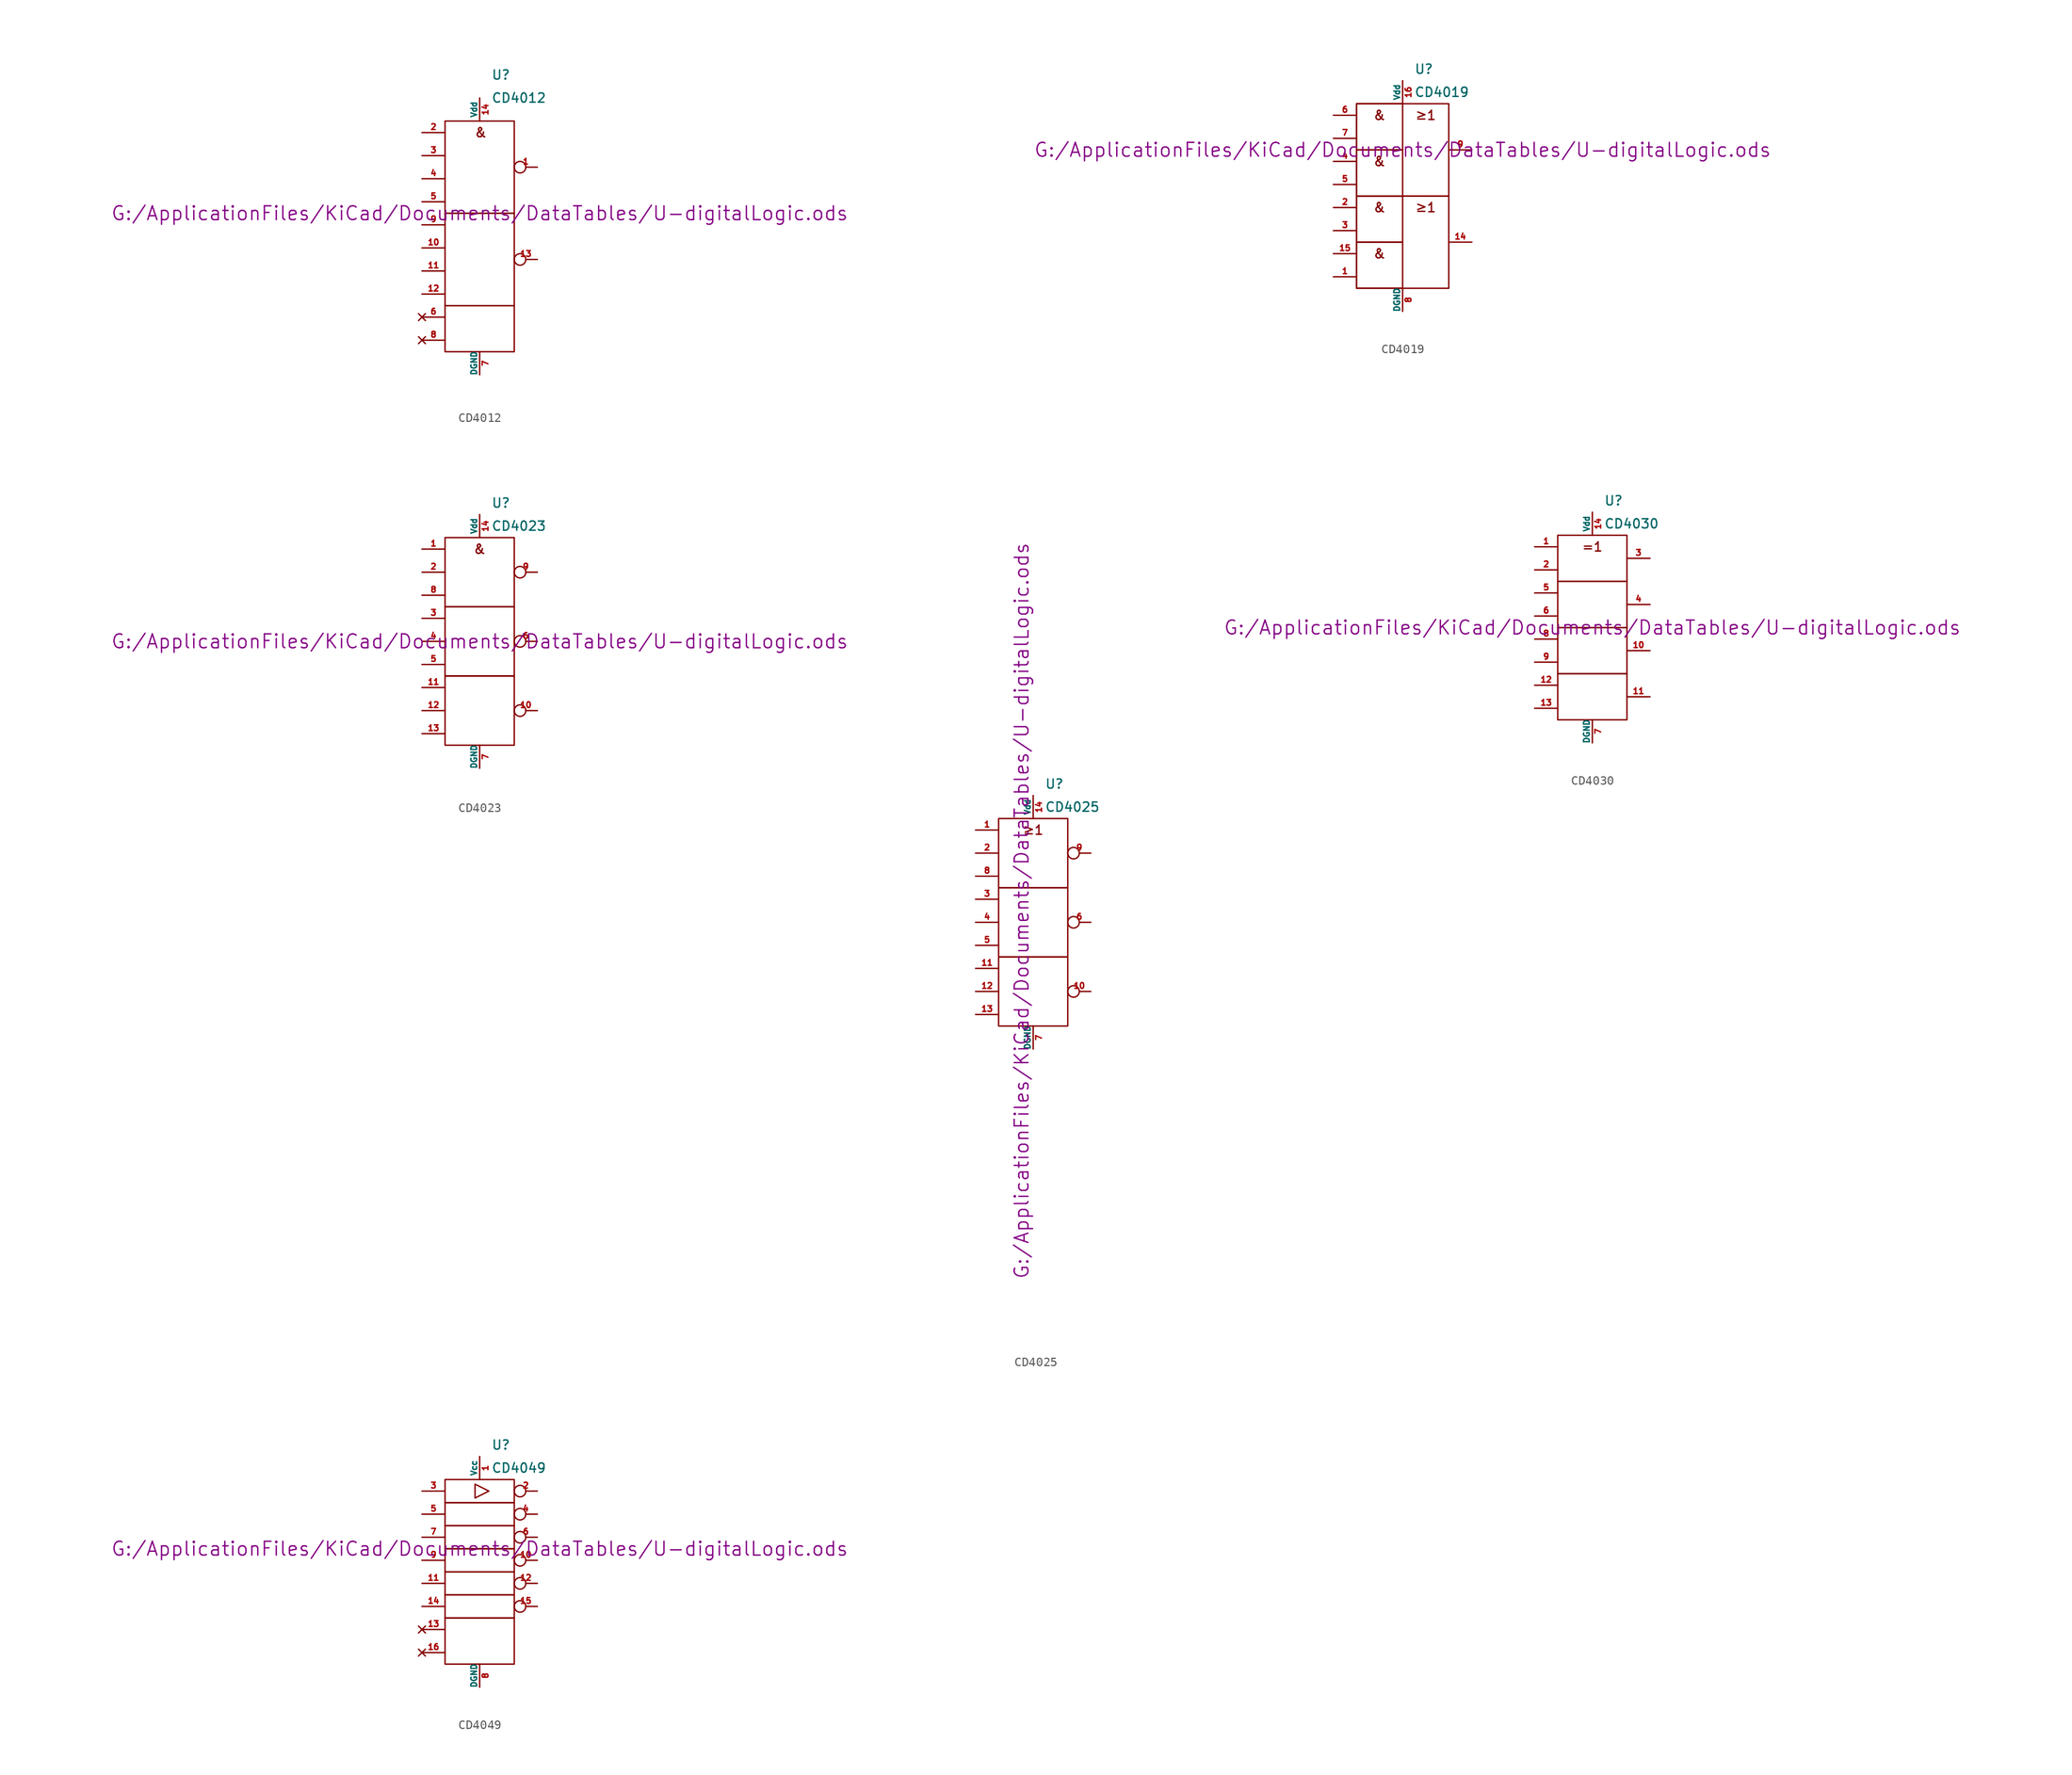
<source format=kicad_sym>
(kicad_symbol_lib
  (version 20211014)
  (generator kicad_symbol_editor)
  (symbol "CD4012"
    (pin_names
      (offset 0))
    (property "Reference" "U"
      (at 1.27 17.78 0)
      (effects (font (size 1.016 1.016)) (justify left)))
    (property "Value" "CD4012"
      (at 1.27 15.24 0)
      (effects (font (size 1.016 1.016)) (justify left)))
    (property "Footprint" ""
      (at 0 2.54 0)
      (effects (font (size 1.524 1.524))))
    (property "Datasheet" "G:/ApplicationFiles/KiCad/Documents/DataTables/U-digitalLogic.ods"
      (at 0 2.54 0)
      (effects (font (size 1.524 1.524))))
    (symbol "CD4012_0_0"
      (rectangle (start -3.81 2.54) (end 3.81 -7.62) (stroke (width 0) (type default) (color 0 0 0 0)) (fill (type none)))
      (rectangle (start -3.81 12.7) (end 3.81 2.54) (stroke (width 0) (type default) (color 0 0 0 0)) (fill (type none)))
      (rectangle (start 3.81 -7.62) (end -3.81 -12.7) (stroke (width 0) (type default) (color 0 0 0 0)) (fill (type none)))
      (text "&" (at 0.127 11.43 0) (effects (font (size 1.016 1.016)))))
    (symbol "CD4012_1_1"
      (pin output inverted (at 6.35 7.62 180) (length 2.54) (name "~" (effects (font (size 0.635 0.635)))) (number "1" (effects (font (size 0.635 0.635)))))
      (pin input line (at -6.35 -1.27 0) (length 2.54) (name "~" (effects (font (size 0.635 0.635)))) (number "10" (effects (font (size 0.635 0.635)))))
      (pin input line (at -6.35 -3.81 0) (length 2.54) (name "~" (effects (font (size 0.635 0.635)))) (number "11" (effects (font (size 0.635 0.635)))))
      (pin input line (at -6.35 -6.35 0) (length 2.54) (name "~" (effects (font (size 0.635 0.635)))) (number "12" (effects (font (size 0.635 0.635)))))
      (pin output inverted (at 6.35 -2.54 180) (length 2.54) (name "~" (effects (font (size 0.635 0.635)))) (number "13" (effects (font (size 0.635 0.635)))))
      (pin power_in line (at 0 15.24 270) (length 2.54) (name "Vdd" (effects (font (size 0.635 0.635)))) (number "14" (effects (font (size 0.635 0.635)))))
      (pin input line (at -6.35 11.43 0) (length 2.54) (name "~" (effects (font (size 0.635 0.635)))) (number "2" (effects (font (size 0.635 0.635)))))
      (pin input line (at -6.35 8.89 0) (length 2.54) (name "~" (effects (font (size 0.635 0.635)))) (number "3" (effects (font (size 0.635 0.635)))))
      (pin input line (at -6.35 6.35 0) (length 2.54) (name "~" (effects (font (size 0.635 0.635)))) (number "4" (effects (font (size 0.635 0.635)))))
      (pin input line (at -6.35 3.81 0) (length 2.54) (name "~" (effects (font (size 0.635 0.635)))) (number "5" (effects (font (size 0.635 0.635)))))
      (pin no_connect line (at -6.35 -8.89 0) (length 2.54) (name "~" (effects (font (size 0.635 0.635)))) (number "6" (effects (font (size 0.635 0.635)))))
      (pin power_in line (at 0 -15.24 90) (length 2.54) (name "DGND" (effects (font (size 0.635 0.635)))) (number "7" (effects (font (size 0.635 0.635)))))
      (pin no_connect line (at -6.35 -11.43 0) (length 2.54) (name "~" (effects (font (size 0.635 0.635)))) (number "8" (effects (font (size 0.635 0.635)))))
      (pin input line (at -6.35 1.27 0) (length 2.54) (name "~" (effects (font (size 0.635 0.635)))) (number "9" (effects (font (size 0.635 0.635)))))))
  (symbol "CD4019"
    (pin_names
      (offset 0))
    (property "Reference" "U"
      (at 1.27 13.97 0)
      (effects (font (size 1.016 1.016)) (justify left)))
    (property "Value" "CD4019"
      (at 1.27 11.43 0)
      (effects (font (size 1.016 1.016)) (justify left)))
    (property "Footprint" ""
      (at 0 5.08 0)
      (effects (font (size 1.524 1.524))))
    (property "Datasheet" "G:/ApplicationFiles/KiCad/Documents/DataTables/U-digitalLogic.ods"
      (at 0 5.08 0)
      (effects (font (size 1.524 1.524))))
    (symbol "CD4019_0_0"
      (text "&" (at -2.54 -6.35 0) (effects (font (size 1.016 1.016))))
      (text "&" (at -2.54 -1.27 0) (effects (font (size 1.016 1.016))))
      (text "&" (at -2.54 3.81 0) (effects (font (size 1.016 1.016))))
      (text "&" (at -2.54 8.89 0) (effects (font (size 1.016 1.016))))
      (text "≥1" (at 2.54 -1.27 0) (effects (font (size 1.016 1.016))))
      (text "≥1" (at 2.54 8.89 0) (effects (font (size 1.016 1.016)))))
    (symbol "CD4019_0_1"
      (rectangle (start -5.08 0) (end 5.08 -10.16) (stroke (width 0) (type default) (color 0 0 0 0)) (fill (type none)))
      (rectangle (start -5.08 10.16) (end 5.08 0) (stroke (width 0) (type default) (color 0 0 0 0)) (fill (type none)))
      (rectangle (start 0 -5.08) (end -5.08 -10.16) (stroke (width 0) (type default) (color 0 0 0 0)) (fill (type none)))
      (rectangle (start 0 0) (end -5.08 -5.08) (stroke (width 0) (type default) (color 0 0 0 0)) (fill (type none)))
      (rectangle (start 0 5.08) (end -5.08 0) (stroke (width 0) (type default) (color 0 0 0 0)) (fill (type none)))
      (rectangle (start 0 10.16) (end -5.08 5.08) (stroke (width 0) (type default) (color 0 0 0 0)) (fill (type none))))
    (symbol "CD4019_1_1"
      (pin input line (at -7.62 -8.89 0) (length 2.54) (name "~" (effects (font (size 0.635 0.635)))) (number "1" (effects (font (size 0.635 0.635)))))
      (pin output line (at 7.62 -5.08 180) (length 2.54) (name "~" (effects (font (size 0.635 0.635)))) (number "14" (effects (font (size 0.635 0.635)))))
      (pin input line (at -7.62 -6.35 0) (length 2.54) (name "~" (effects (font (size 0.635 0.635)))) (number "15" (effects (font (size 0.635 0.635)))))
      (pin power_in line (at 0 12.7 270) (length 2.54) (name "Vdd" (effects (font (size 0.635 0.635)))) (number "16" (effects (font (size 0.635 0.635)))))
      (pin input line (at -7.62 -1.27 0) (length 2.54) (name "~" (effects (font (size 0.635 0.635)))) (number "2" (effects (font (size 0.635 0.635)))))
      (pin input line (at -7.62 -3.81 0) (length 2.54) (name "~" (effects (font (size 0.635 0.635)))) (number "3" (effects (font (size 0.635 0.635)))))
      (pin input line (at -7.62 3.81 0) (length 2.54) (name "~" (effects (font (size 0.635 0.635)))) (number "4" (effects (font (size 0.635 0.635)))))
      (pin input line (at -7.62 1.27 0) (length 2.54) (name "~" (effects (font (size 0.635 0.635)))) (number "5" (effects (font (size 0.635 0.635)))))
      (pin input line (at -7.62 8.89 0) (length 2.54) (name "~" (effects (font (size 0.635 0.635)))) (number "6" (effects (font (size 0.635 0.635)))))
      (pin input line (at -7.62 6.35 0) (length 2.54) (name "~" (effects (font (size 0.635 0.635)))) (number "7" (effects (font (size 0.635 0.635)))))
      (pin power_in line (at 0 -12.7 90) (length 2.54) (name "DGND" (effects (font (size 0.635 0.635)))) (number "8" (effects (font (size 0.635 0.635)))))
      (pin output line (at 7.62 5.08 180) (length 2.54) (name "~" (effects (font (size 0.635 0.635)))) (number "9" (effects (font (size 0.635 0.635)))))))
  (symbol "CD4023"
    (pin_names
      (offset 0))
    (property "Reference" "U"
      (at 1.27 15.24 0)
      (effects (font (size 1.016 1.016)) (justify left)))
    (property "Value" "CD4023"
      (at 1.27 12.7 0)
      (effects (font (size 1.016 1.016)) (justify left)))
    (property "Footprint" ""
      (at 0 0 0)
      (effects (font (size 1.524 1.524))))
    (property "Datasheet" "G:/ApplicationFiles/KiCad/Documents/DataTables/U-digitalLogic.ods"
      (at 0 0 0)
      (effects (font (size 1.524 1.524))))
    (symbol "CD4023_0_0"
      (text "&" (at 0 10.16 0) (effects (font (size 1.016 1.016)))))
    (symbol "CD4023_0_1"
      (rectangle (start -3.81 -3.81) (end 3.81 -11.43) (stroke (width 0) (type default) (color 0 0 0 0)) (fill (type none)))
      (rectangle (start -3.81 3.81) (end 3.81 -3.81) (stroke (width 0) (type default) (color 0 0 0 0)) (fill (type none)))
      (rectangle (start -3.81 11.43) (end 3.81 3.81) (stroke (width 0) (type default) (color 0 0 0 0)) (fill (type none))))
    (symbol "CD4023_1_1"
      (pin input line (at -6.35 10.16 0) (length 2.54) (name "~" (effects (font (size 0.635 0.635)))) (number "1" (effects (font (size 0.635 0.635)))))
      (pin output inverted (at 6.35 -7.62 180) (length 2.54) (name "~" (effects (font (size 0.635 0.635)))) (number "10" (effects (font (size 0.635 0.635)))))
      (pin input line (at -6.35 -5.08 0) (length 2.54) (name "~" (effects (font (size 0.635 0.635)))) (number "11" (effects (font (size 0.635 0.635)))))
      (pin input line (at -6.35 -7.62 0) (length 2.54) (name "~" (effects (font (size 0.635 0.635)))) (number "12" (effects (font (size 0.635 0.635)))))
      (pin input line (at -6.35 -10.16 0) (length 2.54) (name "~" (effects (font (size 0.635 0.635)))) (number "13" (effects (font (size 0.635 0.635)))))
      (pin power_in line (at 0 13.97 270) (length 2.54) (name "Vdd" (effects (font (size 0.635 0.635)))) (number "14" (effects (font (size 0.635 0.635)))))
      (pin input line (at -6.35 7.62 0) (length 2.54) (name "~" (effects (font (size 0.635 0.635)))) (number "2" (effects (font (size 0.635 0.635)))))
      (pin input line (at -6.35 2.54 0) (length 2.54) (name "~" (effects (font (size 0.635 0.635)))) (number "3" (effects (font (size 0.635 0.635)))))
      (pin input line (at -6.35 0 0) (length 2.54) (name "~" (effects (font (size 0.635 0.635)))) (number "4" (effects (font (size 0.635 0.635)))))
      (pin input line (at -6.35 -2.54 0) (length 2.54) (name "~" (effects (font (size 0.635 0.635)))) (number "5" (effects (font (size 0.635 0.635)))))
      (pin output inverted (at 6.35 0 180) (length 2.54) (name "~" (effects (font (size 0.635 0.635)))) (number "6" (effects (font (size 0.635 0.635)))))
      (pin power_in line (at 0 -13.97 90) (length 2.54) (name "DGND" (effects (font (size 0.635 0.635)))) (number "7" (effects (font (size 0.635 0.635)))))
      (pin input line (at -6.35 5.08 0) (length 2.54) (name "~" (effects (font (size 0.635 0.635)))) (number "8" (effects (font (size 0.635 0.635)))))
      (pin output inverted (at 6.35 7.62 180) (length 2.54) (name "~" (effects (font (size 0.635 0.635)))) (number "9" (effects (font (size 0.635 0.635)))))))
  (symbol "CD4025"
    (pin_names
      (offset 0))
    (property "Reference" "U"
      (at 1.27 15.24 0)
      (effects (font (size 1.016 1.016)) (justify left)))
    (property "Value" "CD4025"
      (at 1.27 12.7 0)
      (effects (font (size 1.016 1.016)) (justify left)))
    (property "Footprint" ""
      (at -1.27 1.27 90)
      (effects (font (size 1.524 1.524))))
    (property "Datasheet" "G:/ApplicationFiles/KiCad/Documents/DataTables/U-digitalLogic.ods"
      (at -1.27 1.27 90)
      (effects (font (size 1.524 1.524))))
    (symbol "CD4025_0_0"
      (rectangle (start -3.81 -3.81) (end 3.81 -11.43) (stroke (width 0) (type default) (color 0 0 0 0)) (fill (type none)))
      (rectangle (start -3.81 3.81) (end 3.81 -3.81) (stroke (width 0) (type default) (color 0 0 0 0)) (fill (type none)))
      (rectangle (start -3.81 11.43) (end 3.81 3.81) (stroke (width 0) (type default) (color 0 0 0 0)) (fill (type none)))
      (text "≥1" (at 0 10.16 0) (effects (font (size 1.016 1.016)))))
    (symbol "CD4025_1_1"
      (pin input line (at -6.35 10.16 0) (length 2.54) (name "~" (effects (font (size 0.635 0.635)))) (number "1" (effects (font (size 0.635 0.635)))))
      (pin output inverted (at 6.35 -7.62 180) (length 2.54) (name "~" (effects (font (size 0.635 0.635)))) (number "10" (effects (font (size 0.635 0.635)))))
      (pin input line (at -6.35 -5.08 0) (length 2.54) (name "~" (effects (font (size 0.635 0.635)))) (number "11" (effects (font (size 0.635 0.635)))))
      (pin input line (at -6.35 -7.62 0) (length 2.54) (name "~" (effects (font (size 0.635 0.635)))) (number "12" (effects (font (size 0.635 0.635)))))
      (pin input line (at -6.35 -10.16 0) (length 2.54) (name "~" (effects (font (size 0.635 0.635)))) (number "13" (effects (font (size 0.635 0.635)))))
      (pin power_in line (at 0 13.97 270) (length 2.54) (name "Vdd" (effects (font (size 0.635 0.635)))) (number "14" (effects (font (size 0.635 0.635)))))
      (pin input line (at -6.35 7.62 0) (length 2.54) (name "~" (effects (font (size 0.635 0.635)))) (number "2" (effects (font (size 0.635 0.635)))))
      (pin input line (at -6.35 2.54 0) (length 2.54) (name "~" (effects (font (size 0.635 0.635)))) (number "3" (effects (font (size 0.635 0.635)))))
      (pin input line (at -6.35 0 0) (length 2.54) (name "~" (effects (font (size 0.635 0.635)))) (number "4" (effects (font (size 0.635 0.635)))))
      (pin input line (at -6.35 -2.54 0) (length 2.54) (name "~" (effects (font (size 0.635 0.635)))) (number "5" (effects (font (size 0.635 0.635)))))
      (pin output inverted (at 6.35 0 180) (length 2.54) (name "~" (effects (font (size 0.635 0.635)))) (number "6" (effects (font (size 0.635 0.635)))))
      (pin power_in line (at 0 -13.97 90) (length 2.54) (name "DGND" (effects (font (size 0.635 0.635)))) (number "7" (effects (font (size 0.635 0.635)))))
      (pin input line (at -6.35 5.08 0) (length 2.54) (name "~" (effects (font (size 0.635 0.635)))) (number "8" (effects (font (size 0.635 0.635)))))
      (pin output inverted (at 6.35 7.62 180) (length 2.54) (name "~" (effects (font (size 0.635 0.635)))) (number "9" (effects (font (size 0.635 0.635)))))))
  (symbol "CD4030"
    (pin_names
      (offset 0))
    (property "Reference" "U"
      (at 1.27 13.97 0)
      (effects (font (size 1.016 1.016)) (justify left)))
    (property "Value" "CD4030"
      (at 1.27 11.43 0)
      (effects (font (size 1.016 1.016)) (justify left)))
    (property "Footprint" ""
      (at 0 0 0)
      (effects (font (size 1.524 1.524))))
    (property "Datasheet" "G:/ApplicationFiles/KiCad/Documents/DataTables/U-digitalLogic.ods"
      (at 0 0 0)
      (effects (font (size 1.524 1.524))))
    (symbol "CD4030_0_0"
      (text "=1" (at 0 8.89 0) (effects (font (size 1.016 1.016)))))
    (symbol "CD4030_0_1"
      (rectangle (start -3.81 -5.08) (end 3.81 -10.16) (stroke (width 0) (type default) (color 0 0 0 0)) (fill (type none)))
      (rectangle (start -3.81 0) (end 3.81 -5.08) (stroke (width 0) (type default) (color 0 0 0 0)) (fill (type none)))
      (rectangle (start -3.81 5.08) (end 3.81 0) (stroke (width 0) (type default) (color 0 0 0 0)) (fill (type none)))
      (rectangle (start -3.81 10.16) (end 3.81 5.08) (stroke (width 0) (type default) (color 0 0 0 0)) (fill (type none))))
    (symbol "CD4030_1_1"
      (pin input line (at -6.35 8.89 0) (length 2.54) (name "~" (effects (font (size 0.635 0.635)))) (number "1" (effects (font (size 0.635 0.635)))))
      (pin output line (at 6.35 -2.54 180) (length 2.54) (name "~" (effects (font (size 0.635 0.635)))) (number "10" (effects (font (size 0.635 0.635)))))
      (pin output line (at 6.35 -7.62 180) (length 2.54) (name "~" (effects (font (size 0.635 0.635)))) (number "11" (effects (font (size 0.635 0.635)))))
      (pin input line (at -6.35 -6.35 0) (length 2.54) (name "~" (effects (font (size 0.635 0.635)))) (number "12" (effects (font (size 0.635 0.635)))))
      (pin input line (at -6.35 -8.89 0) (length 2.54) (name "~" (effects (font (size 0.635 0.635)))) (number "13" (effects (font (size 0.635 0.635)))))
      (pin power_in line (at 0 12.7 270) (length 2.54) (name "Vdd" (effects (font (size 0.635 0.635)))) (number "14" (effects (font (size 0.635 0.635)))))
      (pin input line (at -6.35 6.35 0) (length 2.54) (name "~" (effects (font (size 0.635 0.635)))) (number "2" (effects (font (size 0.635 0.635)))))
      (pin output line (at 6.35 7.62 180) (length 2.54) (name "~" (effects (font (size 0.635 0.635)))) (number "3" (effects (font (size 0.635 0.635)))))
      (pin output line (at 6.35 2.54 180) (length 2.54) (name "~" (effects (font (size 0.635 0.635)))) (number "4" (effects (font (size 0.635 0.635)))))
      (pin input line (at -6.35 3.81 0) (length 2.54) (name "~" (effects (font (size 0.635 0.635)))) (number "5" (effects (font (size 0.635 0.635)))))
      (pin input line (at -6.35 1.27 0) (length 2.54) (name "~" (effects (font (size 0.635 0.635)))) (number "6" (effects (font (size 0.635 0.635)))))
      (pin power_in line (at 0 -12.7 90) (length 2.54) (name "DGND" (effects (font (size 0.635 0.635)))) (number "7" (effects (font (size 0.635 0.635)))))
      (pin input line (at -6.35 -1.27 0) (length 2.54) (name "~" (effects (font (size 0.635 0.635)))) (number "8" (effects (font (size 0.635 0.635)))))
      (pin input line (at -6.35 -3.81 0) (length 2.54) (name "~" (effects (font (size 0.635 0.635)))) (number "9" (effects (font (size 0.635 0.635)))))))
  (symbol "CD4049"
    (pin_names
      (offset 0))
    (property "Reference" "U"
      (at 1.27 13.97 0)
      (effects (font (size 1.016 1.016)) (justify left)))
    (property "Value" "CD4049"
      (at 1.27 11.43 0)
      (effects (font (size 1.016 1.016)) (justify left)))
    (property "Footprint" ""
      (at 0 2.54 0)
      (effects (font (size 1.524 1.524))))
    (property "Datasheet" "G:/ApplicationFiles/KiCad/Documents/DataTables/U-digitalLogic.ods"
      (at 0 2.54 0)
      (effects (font (size 1.524 1.524))))
    (symbol "CD4049_0_0"
      (polyline (pts (xy -0.508 9.652) (xy -0.508 8.128) (xy 1.016 8.89) (xy -0.508 9.652)) (stroke (width 0) (type default) (color 0 0 0 0)) (fill (type none))))
    (symbol "CD4049_0_1"
      (rectangle (start -3.81 -10.16) (end 3.81 -5.08) (stroke (width 0) (type default) (color 0 0 0 0)) (fill (type none)))
      (rectangle (start -3.81 -2.54) (end 3.81 -5.08) (stroke (width 0) (type default) (color 0 0 0 0)) (fill (type none)))
      (rectangle (start -3.81 0) (end 3.81 -2.54) (stroke (width 0) (type default) (color 0 0 0 0)) (fill (type none)))
      (rectangle (start -3.81 2.54) (end 3.81 0) (stroke (width 0) (type default) (color 0 0 0 0)) (fill (type none)))
      (rectangle (start -3.81 5.08) (end 3.81 2.54) (stroke (width 0) (type default) (color 0 0 0 0)) (fill (type none)))
      (rectangle (start -3.81 7.62) (end 3.81 5.08) (stroke (width 0) (type default) (color 0 0 0 0)) (fill (type none)))
      (rectangle (start -3.81 10.16) (end 3.81 7.62) (stroke (width 0) (type default) (color 0 0 0 0)) (fill (type none))))
    (symbol "CD4049_1_1"
      (pin power_in line (at 0 12.7 270) (length 2.54) (name "Vcc" (effects (font (size 0.635 0.635)))) (number "1" (effects (font (size 0.635 0.635)))))
      (pin output inverted (at 6.35 1.27 180) (length 2.54) (name "~" (effects (font (size 0.635 0.635)))) (number "10" (effects (font (size 0.635 0.635)))))
      (pin input line (at -6.35 -1.27 0) (length 2.54) (name "~" (effects (font (size 0.635 0.635)))) (number "11" (effects (font (size 0.635 0.635)))))
      (pin output inverted (at 6.35 -1.27 180) (length 2.54) (name "~" (effects (font (size 0.635 0.635)))) (number "12" (effects (font (size 0.635 0.635)))))
      (pin no_connect line (at -6.35 -6.35 0) (length 2.54) (name "~" (effects (font (size 0.635 0.635)))) (number "13" (effects (font (size 0.635 0.635)))))
      (pin input line (at -6.35 -3.81 0) (length 2.54) (name "~" (effects (font (size 0.635 0.635)))) (number "14" (effects (font (size 0.635 0.635)))))
      (pin output inverted (at 6.35 -3.81 180) (length 2.54) (name "~" (effects (font (size 0.635 0.635)))) (number "15" (effects (font (size 0.635 0.635)))))
      (pin no_connect line (at -6.35 -8.89 0) (length 2.54) (name "~" (effects (font (size 0.635 0.635)))) (number "16" (effects (font (size 0.635 0.635)))))
      (pin output inverted (at 6.35 8.89 180) (length 2.54) (name "~" (effects (font (size 0.635 0.635)))) (number "2" (effects (font (size 0.635 0.635)))))
      (pin input line (at -6.35 8.89 0) (length 2.54) (name "~" (effects (font (size 0.635 0.635)))) (number "3" (effects (font (size 0.635 0.635)))))
      (pin output inverted (at 6.35 6.35 180) (length 2.54) (name "~" (effects (font (size 0.635 0.635)))) (number "4" (effects (font (size 0.635 0.635)))))
      (pin input line (at -6.35 6.35 0) (length 2.54) (name "~" (effects (font (size 0.635 0.635)))) (number "5" (effects (font (size 0.635 0.635)))))
      (pin output inverted (at 6.35 3.81 180) (length 2.54) (name "~" (effects (font (size 0.635 0.635)))) (number "6" (effects (font (size 0.635 0.635)))))
      (pin input line (at -6.35 3.81 0) (length 2.54) (name "~" (effects (font (size 0.635 0.635)))) (number "7" (effects (font (size 0.635 0.635)))))
      (pin power_in line (at 0 -12.7 90) (length 2.54) (name "DGND" (effects (font (size 0.635 0.635)))) (number "8" (effects (font (size 0.635 0.635)))))
      (pin input line (at -6.35 1.27 0) (length 2.54) (name "~" (effects (font (size 0.635 0.635)))) (number "9" (effects (font (size 0.635 0.635))))))))
</source>
